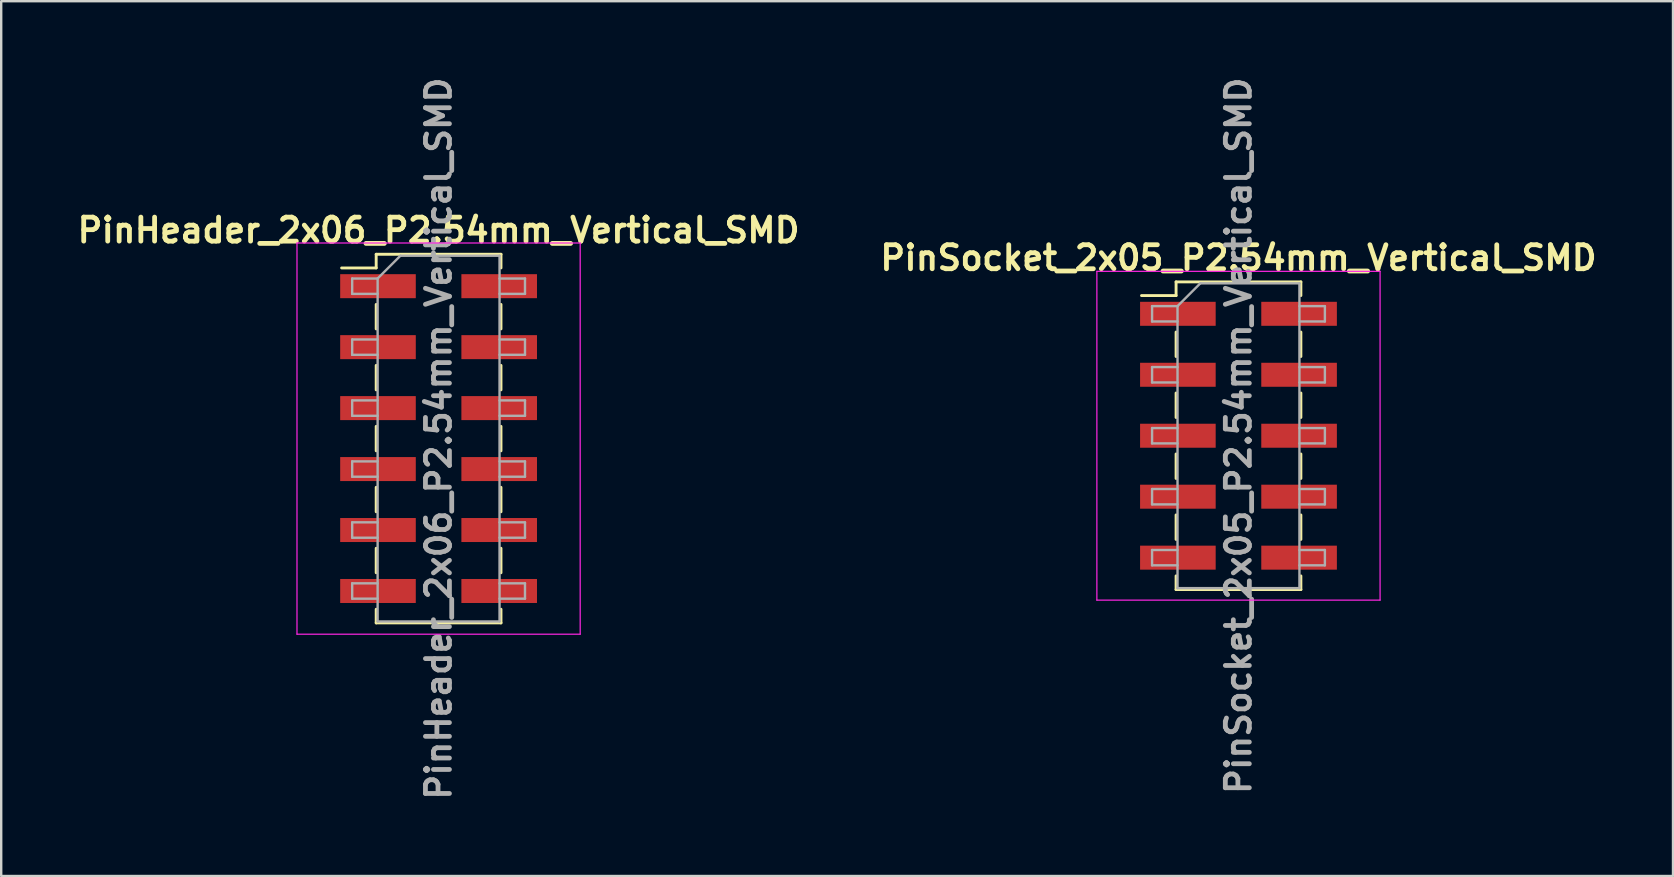
<source format=kicad_pcb>
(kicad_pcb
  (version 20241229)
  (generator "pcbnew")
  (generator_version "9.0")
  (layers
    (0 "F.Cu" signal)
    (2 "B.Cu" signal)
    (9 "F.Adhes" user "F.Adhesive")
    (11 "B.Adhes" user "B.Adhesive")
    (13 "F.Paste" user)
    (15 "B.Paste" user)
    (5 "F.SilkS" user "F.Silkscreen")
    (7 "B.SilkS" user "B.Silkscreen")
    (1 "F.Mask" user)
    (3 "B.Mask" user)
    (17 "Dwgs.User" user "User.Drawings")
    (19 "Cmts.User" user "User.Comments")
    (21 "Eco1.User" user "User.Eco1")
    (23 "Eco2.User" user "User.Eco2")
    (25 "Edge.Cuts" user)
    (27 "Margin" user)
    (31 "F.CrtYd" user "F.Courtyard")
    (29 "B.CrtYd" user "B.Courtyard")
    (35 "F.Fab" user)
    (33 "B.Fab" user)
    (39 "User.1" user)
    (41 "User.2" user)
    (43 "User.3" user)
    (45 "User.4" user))
  (footprint "PinHeader_2x06_P2.54mm_Vertical_SMD"
    (layer "F.Cu")
    (at 15.224 15.224)
    (property "Reference" "PinHeader_2x06_P2.54mm_Vertical_SMD" (at 0 -8.68 0) (layer "F.SilkS") (effects (font (size 1 1) (thickness 0.2))))
    (attr smd)
    (fp_line (start -4.04 -7.11) (end -2.6 -7.11) (stroke (width 0.12) (type solid)) (layer "F.SilkS"))
    (fp_line (start -2.6 -7.68) (end -2.6 -7.11) (stroke (width 0.12) (type solid)) (layer "F.SilkS"))
    (fp_line (start -2.6 -7.68) (end 2.6 -7.68) (stroke (width 0.12) (type solid)) (layer "F.SilkS"))
    (fp_line (start -2.6 -5.59) (end -2.6 -4.57) (stroke (width 0.12) (type solid)) (layer "F.SilkS"))
    (fp_line (start -2.6 -3.05) (end -2.6 -2.03) (stroke (width 0.12) (type solid)) (layer "F.SilkS"))
    (fp_line (start -2.6 -0.51) (end -2.6 0.51) (stroke (width 0.12) (type solid)) (layer "F.SilkS"))
    (fp_line (start -2.6 2.03) (end -2.6 3.05) (stroke (width 0.12) (type solid)) (layer "F.SilkS"))
    (fp_line (start -2.6 4.57) (end -2.6 5.59) (stroke (width 0.12) (type solid)) (layer "F.SilkS"))
    (fp_line (start -2.6 7.11) (end -2.6 7.68) (stroke (width 0.12) (type solid)) (layer "F.SilkS"))
    (fp_line (start -2.6 7.68) (end 2.6 7.68) (stroke (width 0.12) (type solid)) (layer "F.SilkS"))
    (fp_line (start 2.6 -7.68) (end 2.6 -7.11) (stroke (width 0.12) (type solid)) (layer "F.SilkS"))
    (fp_line (start 2.6 -5.59) (end 2.6 -4.57) (stroke (width 0.12) (type solid)) (layer "F.SilkS"))
    (fp_line (start 2.6 -3.05) (end 2.6 -2.03) (stroke (width 0.12) (type solid)) (layer "F.SilkS"))
    (fp_line (start 2.6 -0.51) (end 2.6 0.51) (stroke (width 0.12) (type solid)) (layer "F.SilkS"))
    (fp_line (start 2.6 2.03) (end 2.6 3.05) (stroke (width 0.12) (type solid)) (layer "F.SilkS"))
    (fp_line (start 2.6 4.57) (end 2.6 5.59) (stroke (width 0.12) (type solid)) (layer "F.SilkS"))
    (fp_line (start 2.6 7.11) (end 2.6 7.68) (stroke (width 0.12) (type solid)) (layer "F.SilkS"))
    (fp_line (start -5.9 -8.15) (end -5.9 8.15) (stroke (width 0.05) (type solid)) (layer "F.CrtYd"))
    (fp_line (start -5.9 8.15) (end 5.9 8.15) (stroke (width 0.05) (type solid)) (layer "F.CrtYd"))
    (fp_line (start 5.9 -8.15) (end -5.9 -8.15) (stroke (width 0.05) (type solid)) (layer "F.CrtYd"))
    (fp_line (start 5.9 8.15) (end 5.9 -8.15) (stroke (width 0.05) (type solid)) (layer "F.CrtYd"))
    (fp_line (start -3.6 -6.67) (end -3.6 -6.03) (stroke (width 0.1) (type solid)) (layer "F.Fab"))
    (fp_line (start -3.6 -6.03) (end -2.54 -6.03) (stroke (width 0.1) (type solid)) (layer "F.Fab"))
    (fp_line (start -3.6 -4.13) (end -3.6 -3.49) (stroke (width 0.1) (type solid)) (layer "F.Fab"))
    (fp_line (start -3.6 -3.49) (end -2.54 -3.49) (stroke (width 0.1) (type solid)) (layer "F.Fab"))
    (fp_line (start -3.6 -1.59) (end -3.6 -0.95) (stroke (width 0.1) (type solid)) (layer "F.Fab"))
    (fp_line (start -3.6 -0.95) (end -2.54 -0.95) (stroke (width 0.1) (type solid)) (layer "F.Fab"))
    (fp_line (start -3.6 0.95) (end -3.6 1.59) (stroke (width 0.1) (type solid)) (layer "F.Fab"))
    (fp_line (start -3.6 1.59) (end -2.54 1.59) (stroke (width 0.1) (type solid)) (layer "F.Fab"))
    (fp_line (start -3.6 3.49) (end -3.6 4.13) (stroke (width 0.1) (type solid)) (layer "F.Fab"))
    (fp_line (start -3.6 4.13) (end -2.54 4.13) (stroke (width 0.1) (type solid)) (layer "F.Fab"))
    (fp_line (start -3.6 6.03) (end -3.6 6.67) (stroke (width 0.1) (type solid)) (layer "F.Fab"))
    (fp_line (start -3.6 6.67) (end -2.54 6.67) (stroke (width 0.1) (type solid)) (layer "F.Fab"))
    (fp_line (start -2.54 -6.67) (end -3.6 -6.67) (stroke (width 0.1) (type solid)) (layer "F.Fab"))
    (fp_line (start -2.54 -6.67) (end -1.59 -7.62) (stroke (width 0.1) (type solid)) (layer "F.Fab"))
    (fp_line (start -2.54 -4.13) (end -3.6 -4.13) (stroke (width 0.1) (type solid)) (layer "F.Fab"))
    (fp_line (start -2.54 -1.59) (end -3.6 -1.59) (stroke (width 0.1) (type solid)) (layer "F.Fab"))
    (fp_line (start -2.54 0.95) (end -3.6 0.95) (stroke (width 0.1) (type solid)) (layer "F.Fab"))
    (fp_line (start -2.54 3.49) (end -3.6 3.49) (stroke (width 0.1) (type solid)) (layer "F.Fab"))
    (fp_line (start -2.54 6.03) (end -3.6 6.03) (stroke (width 0.1) (type solid)) (layer "F.Fab"))
    (fp_line (start -2.54 7.62) (end -2.54 -6.67) (stroke (width 0.1) (type solid)) (layer "F.Fab"))
    (fp_line (start -1.59 -7.62) (end 2.54 -7.62) (stroke (width 0.1) (type solid)) (layer "F.Fab"))
    (fp_line (start 2.54 -7.62) (end 2.54 7.62) (stroke (width 0.1) (type solid)) (layer "F.Fab"))
    (fp_line (start 2.54 -6.67) (end 3.6 -6.67) (stroke (width 0.1) (type solid)) (layer "F.Fab"))
    (fp_line (start 2.54 -4.13) (end 3.6 -4.13) (stroke (width 0.1) (type solid)) (layer "F.Fab"))
    (fp_line (start 2.54 -1.59) (end 3.6 -1.59) (stroke (width 0.1) (type solid)) (layer "F.Fab"))
    (fp_line (start 2.54 0.95) (end 3.6 0.95) (stroke (width 0.1) (type solid)) (layer "F.Fab"))
    (fp_line (start 2.54 3.49) (end 3.6 3.49) (stroke (width 0.1) (type solid)) (layer "F.Fab"))
    (fp_line (start 2.54 6.03) (end 3.6 6.03) (stroke (width 0.1) (type solid)) (layer "F.Fab"))
    (fp_line (start 2.54 7.62) (end -2.54 7.62) (stroke (width 0.1) (type solid)) (layer "F.Fab"))
    (fp_line (start 3.6 -6.67) (end 3.6 -6.03) (stroke (width 0.1) (type solid)) (layer "F.Fab"))
    (fp_line (start 3.6 -6.03) (end 2.54 -6.03) (stroke (width 0.1) (type solid)) (layer "F.Fab"))
    (fp_line (start 3.6 -4.13) (end 3.6 -3.49) (stroke (width 0.1) (type solid)) (layer "F.Fab"))
    (fp_line (start 3.6 -3.49) (end 2.54 -3.49) (stroke (width 0.1) (type solid)) (layer "F.Fab"))
    (fp_line (start 3.6 -1.59) (end 3.6 -0.95) (stroke (width 0.1) (type solid)) (layer "F.Fab"))
    (fp_line (start 3.6 -0.95) (end 2.54 -0.95) (stroke (width 0.1) (type solid)) (layer "F.Fab"))
    (fp_line (start 3.6 0.95) (end 3.6 1.59) (stroke (width 0.1) (type solid)) (layer "F.Fab"))
    (fp_line (start 3.6 1.59) (end 2.54 1.59) (stroke (width 0.1) (type solid)) (layer "F.Fab"))
    (fp_line (start 3.6 3.49) (end 3.6 4.13) (stroke (width 0.1) (type solid)) (layer "F.Fab"))
    (fp_line (start 3.6 4.13) (end 2.54 4.13) (stroke (width 0.1) (type solid)) (layer "F.Fab"))
    (fp_line (start 3.6 6.03) (end 3.6 6.67) (stroke (width 0.1) (type solid)) (layer "F.Fab"))
    (fp_line (start 3.6 6.67) (end 2.54 6.67) (stroke (width 0.1) (type solid)) (layer "F.Fab"))
    (fp_text user "${REFERENCE}" (at 0 0 90) (layer "F.Fab") (effects (font (size 1 1) (thickness 0.2))))
    (pad "1" smd rect (at -2.525 -6.35) (size 3.15 1) (layers "F.Cu" "F.Mask" "F.Paste"))
    (pad "2" smd rect (at 2.525 -6.35) (size 3.15 1) (layers "F.Cu" "F.Mask" "F.Paste"))
    (pad "3" smd rect (at -2.525 -3.81) (size 3.15 1) (layers "F.Cu" "F.Mask" "F.Paste"))
    (pad "4" smd rect (at 2.525 -3.81) (size 3.15 1) (layers "F.Cu" "F.Mask" "F.Paste"))
    (pad "5" smd rect (at -2.525 -1.27) (size 3.15 1) (layers "F.Cu" "F.Mask" "F.Paste"))
    (pad "6" smd rect (at 2.525 -1.27) (size 3.15 1) (layers "F.Cu" "F.Mask" "F.Paste"))
    (pad "7" smd rect (at -2.525 1.27) (size 3.15 1) (layers "F.Cu" "F.Mask" "F.Paste"))
    (pad "8" smd rect (at 2.525 1.27) (size 3.15 1) (layers "F.Cu" "F.Mask" "F.Paste"))
    (pad "9" smd rect (at -2.525 3.81) (size 3.15 1) (layers "F.Cu" "F.Mask" "F.Paste"))
    (pad "10" smd rect (at 2.525 3.81) (size 3.15 1) (layers "F.Cu" "F.Mask" "F.Paste"))
    (pad "11" smd rect (at -2.525 6.35) (size 3.15 1) (layers "F.Cu" "F.Mask" "F.Paste"))
    (pad "12" smd rect (at 2.525 6.35) (size 3.15 1) (layers "F.Cu" "F.Mask" "F.Paste")))
  (footprint "PinSocket_2x05_P2.54mm_Vertical_SMD"
    (layer "F.Cu")
    (at 48.552 15.105)
    (property "Reference" "PinSocket_2x05_P2.54mm_Vertical_SMD" (at 0 -7.41 0) (layer "F.SilkS") (effects (font (size 1 1) (thickness 0.2))))
    (attr smd)
    (fp_line (start -4.04 -5.84) (end -2.6 -5.84) (stroke (width 0.12) (type solid)) (layer "F.SilkS"))
    (fp_line (start -2.6 -6.41) (end -2.6 -5.84) (stroke (width 0.12) (type solid)) (layer "F.SilkS"))
    (fp_line (start -2.6 -6.41) (end 2.6 -6.41) (stroke (width 0.12) (type solid)) (layer "F.SilkS"))
    (fp_line (start -2.6 -4.32) (end -2.6 -3.3) (stroke (width 0.12) (type solid)) (layer "F.SilkS"))
    (fp_line (start -2.6 -1.78) (end -2.6 -0.76) (stroke (width 0.12) (type solid)) (layer "F.SilkS"))
    (fp_line (start -2.6 0.76) (end -2.6 1.78) (stroke (width 0.12) (type solid)) (layer "F.SilkS"))
    (fp_line (start -2.6 3.3) (end -2.6 4.32) (stroke (width 0.12) (type solid)) (layer "F.SilkS"))
    (fp_line (start -2.6 5.84) (end -2.6 6.41) (stroke (width 0.12) (type solid)) (layer "F.SilkS"))
    (fp_line (start -2.6 6.41) (end 2.6 6.41) (stroke (width 0.12) (type solid)) (layer "F.SilkS"))
    (fp_line (start 2.6 -6.41) (end 2.6 -5.84) (stroke (width 0.12) (type solid)) (layer "F.SilkS"))
    (fp_line (start 2.6 -4.32) (end 2.6 -3.3) (stroke (width 0.12) (type solid)) (layer "F.SilkS"))
    (fp_line (start 2.6 -1.78) (end 2.6 -0.76) (stroke (width 0.12) (type solid)) (layer "F.SilkS"))
    (fp_line (start 2.6 0.76) (end 2.6 1.78) (stroke (width 0.12) (type solid)) (layer "F.SilkS"))
    (fp_line (start 2.6 3.3) (end 2.6 4.32) (stroke (width 0.12) (type solid)) (layer "F.SilkS"))
    (fp_line (start 2.6 5.84) (end 2.6 6.41) (stroke (width 0.12) (type solid)) (layer "F.SilkS"))
    (fp_line (start -5.9 -6.85) (end -5.9 6.85) (stroke (width 0.05) (type solid)) (layer "F.CrtYd"))
    (fp_line (start -5.9 6.85) (end 5.9 6.85) (stroke (width 0.05) (type solid)) (layer "F.CrtYd"))
    (fp_line (start 5.9 -6.85) (end -5.9 -6.85) (stroke (width 0.05) (type solid)) (layer "F.CrtYd"))
    (fp_line (start 5.9 6.85) (end 5.9 -6.85) (stroke (width 0.05) (type solid)) (layer "F.CrtYd"))
    (fp_line (start -3.6 -5.4) (end -3.6 -4.76) (stroke (width 0.1) (type solid)) (layer "F.Fab"))
    (fp_line (start -3.6 -4.76) (end -2.54 -4.76) (stroke (width 0.1) (type solid)) (layer "F.Fab"))
    (fp_line (start -3.6 -2.86) (end -3.6 -2.22) (stroke (width 0.1) (type solid)) (layer "F.Fab"))
    (fp_line (start -3.6 -2.22) (end -2.54 -2.22) (stroke (width 0.1) (type solid)) (layer "F.Fab"))
    (fp_line (start -3.6 -0.32) (end -3.6 0.32) (stroke (width 0.1) (type solid)) (layer "F.Fab"))
    (fp_line (start -3.6 0.32) (end -2.54 0.32) (stroke (width 0.1) (type solid)) (layer "F.Fab"))
    (fp_line (start -3.6 2.22) (end -3.6 2.86) (stroke (width 0.1) (type solid)) (layer "F.Fab"))
    (fp_line (start -3.6 2.86) (end -2.54 2.86) (stroke (width 0.1) (type solid)) (layer "F.Fab"))
    (fp_line (start -3.6 4.76) (end -3.6 5.4) (stroke (width 0.1) (type solid)) (layer "F.Fab"))
    (fp_line (start -3.6 5.4) (end -2.54 5.4) (stroke (width 0.1) (type solid)) (layer "F.Fab"))
    (fp_line (start -2.54 -5.4) (end -3.6 -5.4) (stroke (width 0.1) (type solid)) (layer "F.Fab"))
    (fp_line (start -2.54 -5.4) (end -1.59 -6.35) (stroke (width 0.1) (type solid)) (layer "F.Fab"))
    (fp_line (start -2.54 -2.86) (end -3.6 -2.86) (stroke (width 0.1) (type solid)) (layer "F.Fab"))
    (fp_line (start -2.54 -0.32) (end -3.6 -0.32) (stroke (width 0.1) (type solid)) (layer "F.Fab"))
    (fp_line (start -2.54 2.22) (end -3.6 2.22) (stroke (width 0.1) (type solid)) (layer "F.Fab"))
    (fp_line (start -2.54 4.76) (end -3.6 4.76) (stroke (width 0.1) (type solid)) (layer "F.Fab"))
    (fp_line (start -2.54 6.35) (end -2.54 -5.4) (stroke (width 0.1) (type solid)) (layer "F.Fab"))
    (fp_line (start -1.59 -6.35) (end 2.54 -6.35) (stroke (width 0.1) (type solid)) (layer "F.Fab"))
    (fp_line (start 2.54 -6.35) (end 2.54 6.35) (stroke (width 0.1) (type solid)) (layer "F.Fab"))
    (fp_line (start 2.54 -5.4) (end 3.6 -5.4) (stroke (width 0.1) (type solid)) (layer "F.Fab"))
    (fp_line (start 2.54 -2.86) (end 3.6 -2.86) (stroke (width 0.1) (type solid)) (layer "F.Fab"))
    (fp_line (start 2.54 -0.32) (end 3.6 -0.32) (stroke (width 0.1) (type solid)) (layer "F.Fab"))
    (fp_line (start 2.54 2.22) (end 3.6 2.22) (stroke (width 0.1) (type solid)) (layer "F.Fab"))
    (fp_line (start 2.54 4.76) (end 3.6 4.76) (stroke (width 0.1) (type solid)) (layer "F.Fab"))
    (fp_line (start 2.54 6.35) (end -2.54 6.35) (stroke (width 0.1) (type solid)) (layer "F.Fab"))
    (fp_line (start 3.6 -5.4) (end 3.6 -4.76) (stroke (width 0.1) (type solid)) (layer "F.Fab"))
    (fp_line (start 3.6 -4.76) (end 2.54 -4.76) (stroke (width 0.1) (type solid)) (layer "F.Fab"))
    (fp_line (start 3.6 -2.86) (end 3.6 -2.22) (stroke (width 0.1) (type solid)) (layer "F.Fab"))
    (fp_line (start 3.6 -2.22) (end 2.54 -2.22) (stroke (width 0.1) (type solid)) (layer "F.Fab"))
    (fp_line (start 3.6 -0.32) (end 3.6 0.32) (stroke (width 0.1) (type solid)) (layer "F.Fab"))
    (fp_line (start 3.6 0.32) (end 2.54 0.32) (stroke (width 0.1) (type solid)) (layer "F.Fab"))
    (fp_line (start 3.6 2.22) (end 3.6 2.86) (stroke (width 0.1) (type solid)) (layer "F.Fab"))
    (fp_line (start 3.6 2.86) (end 2.54 2.86) (stroke (width 0.1) (type solid)) (layer "F.Fab"))
    (fp_line (start 3.6 4.76) (end 3.6 5.4) (stroke (width 0.1) (type solid)) (layer "F.Fab"))
    (fp_line (start 3.6 5.4) (end 2.54 5.4) (stroke (width 0.1) (type solid)) (layer "F.Fab"))
    (fp_text user "${REFERENCE}" (at 0 0 90) (layer "F.Fab") (effects (font (size 1 1) (thickness 0.2))))
    (pad "1" smd rect (at -2.525 -5.08) (size 3.15 1) (layers "F.Cu" "F.Mask" "F.Paste"))
    (pad "2" smd rect (at 2.525 -5.08) (size 3.15 1) (layers "F.Cu" "F.Mask" "F.Paste"))
    (pad "3" smd rect (at -2.525 -2.54) (size 3.15 1) (layers "F.Cu" "F.Mask" "F.Paste"))
    (pad "4" smd rect (at 2.525 -2.54) (size 3.15 1) (layers "F.Cu" "F.Mask" "F.Paste"))
    (pad "5" smd rect (at -2.525 0) (size 3.15 1) (layers "F.Cu" "F.Mask" "F.Paste"))
    (pad "6" smd rect (at 2.525 0) (size 3.15 1) (layers "F.Cu" "F.Mask" "F.Paste"))
    (pad "7" smd rect (at -2.525 2.54) (size 3.15 1) (layers "F.Cu" "F.Mask" "F.Paste"))
    (pad "8" smd rect (at 2.525 2.54) (size 3.15 1) (layers "F.Cu" "F.Mask" "F.Paste"))
    (pad "9" smd rect (at -2.525 5.08) (size 3.15 1) (layers "F.Cu" "F.Mask" "F.Paste"))
    (pad "10" smd rect (at 2.525 5.08) (size 3.15 1) (layers "F.Cu" "F.Mask" "F.Paste")))
  (gr_rect
    (start -3 -3)
    (end 66.657 33.448)
    (stroke (width 0.1) (type default))
    (fill no)
    (layer "Edge.Cuts")))
</source>
